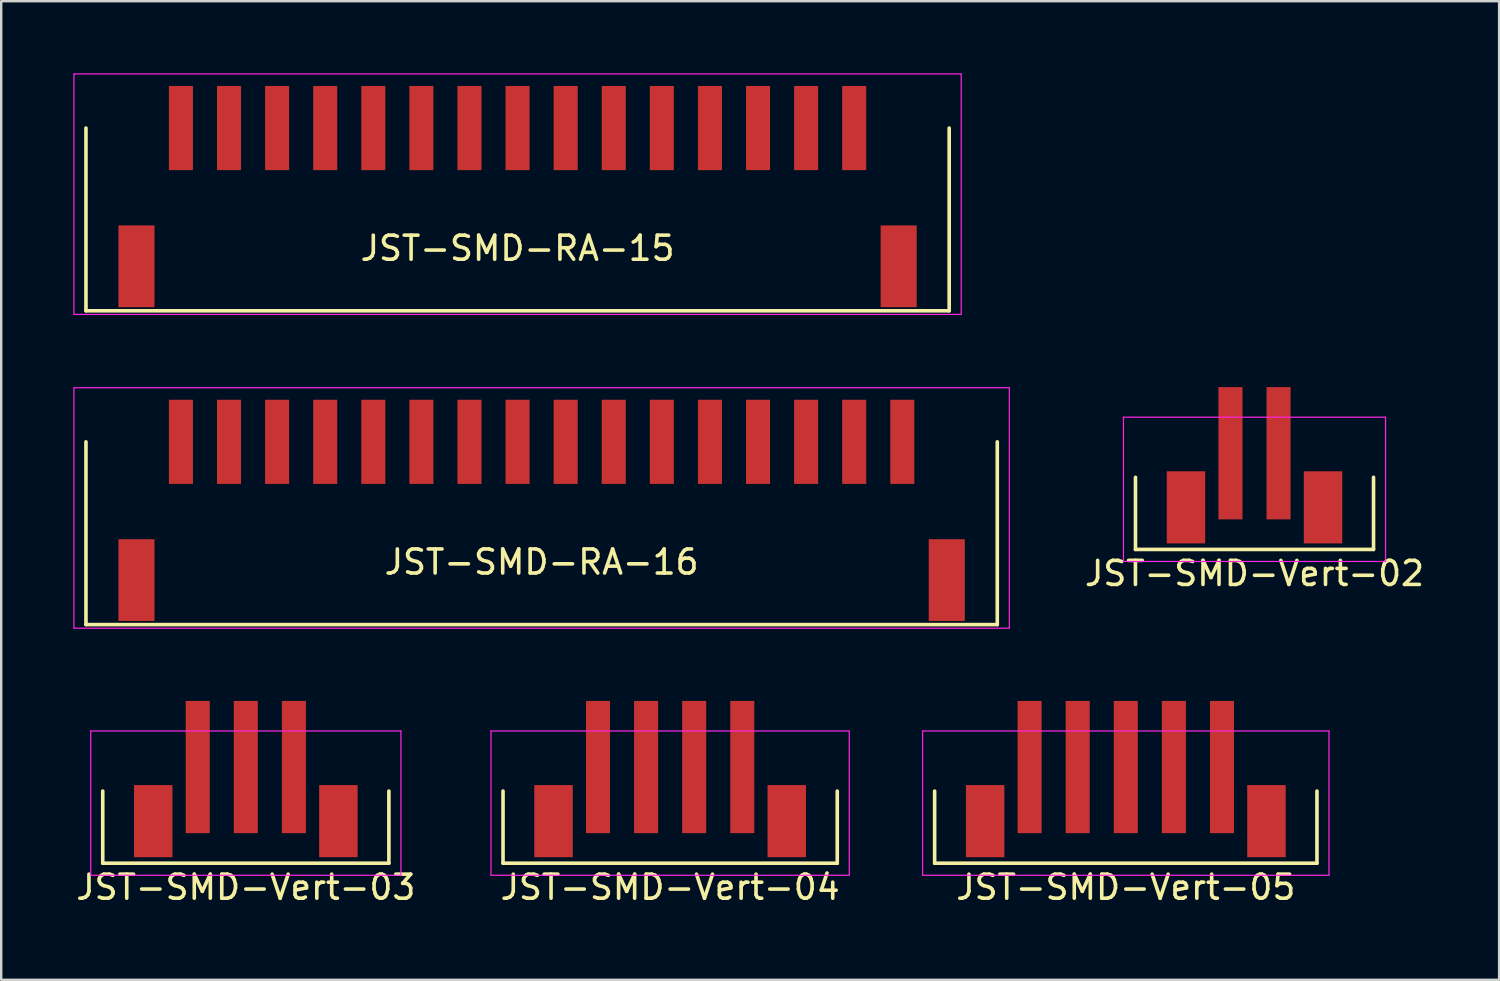
<source format=kicad_pcb>
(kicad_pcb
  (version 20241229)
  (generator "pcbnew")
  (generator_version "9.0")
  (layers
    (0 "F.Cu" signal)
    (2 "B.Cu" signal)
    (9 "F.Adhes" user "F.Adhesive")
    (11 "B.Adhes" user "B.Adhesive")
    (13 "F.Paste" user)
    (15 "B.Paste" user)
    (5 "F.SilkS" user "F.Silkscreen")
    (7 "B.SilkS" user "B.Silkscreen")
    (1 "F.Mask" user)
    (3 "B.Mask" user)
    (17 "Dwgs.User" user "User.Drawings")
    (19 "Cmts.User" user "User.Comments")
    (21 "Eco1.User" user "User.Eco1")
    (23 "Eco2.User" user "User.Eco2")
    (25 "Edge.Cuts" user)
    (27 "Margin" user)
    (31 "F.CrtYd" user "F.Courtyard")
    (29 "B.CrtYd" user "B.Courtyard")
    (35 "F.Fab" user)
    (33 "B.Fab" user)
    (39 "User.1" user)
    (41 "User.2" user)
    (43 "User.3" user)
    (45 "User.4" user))
  (footprint "JST-SMD-Vert-05"
    (layer "F.Cu")
    (at 43.77 28.85)
    (property "Reference" "JST-SMD-Vert-05" (at 0 5 0) (layer "F.SilkS") (effects (font (size 1 1) (thickness 0.15))))
    (attr through_hole)
    (fp_line (start -7.95 1) (end -7.95 4) (stroke (width 0.15) (type solid)) (layer "F.SilkS"))
    (fp_line (start -7.95 4) (end 7.95 4) (stroke (width 0.15) (type solid)) (layer "F.SilkS"))
    (fp_line (start 7.95 4) (end 7.95 1) (stroke (width 0.15) (type solid)) (layer "F.SilkS"))
    (fp_line (start -8.45 -1.5) (end -8.45 4.5) (stroke (width 0.05) (type solid)) (layer "F.CrtYd"))
    (fp_line (start -8.45 4.5) (end 8.45 4.5) (stroke (width 0.05) (type solid)) (layer "F.CrtYd"))
    (fp_line (start 8.45 -1.5) (end -8.45 -1.5) (stroke (width 0.05) (type solid)) (layer "F.CrtYd"))
    (fp_line (start 8.45 4.5) (end 8.45 -1.5) (stroke (width 0.05) (type solid)) (layer "F.CrtYd"))
    (pad "0" smd rect (at -5.85 2.25) (size 1.6 3) (layers "F.Cu" "F.Mask" "F.Paste"))
    (pad "0" smd rect (at 5.85 2.25) (size 1.6 3) (layers "F.Cu" "F.Mask" "F.Paste"))
    (pad "1" smd rect (at -4 0) (size 1 5.5) (layers "F.Cu" "F.Mask" "F.Paste"))
    (pad "2" smd rect (at -2 0) (size 1 5.5) (layers "F.Cu" "F.Mask" "F.Paste"))
    (pad "3" smd rect (at 0 0) (size 1 5.5) (layers "F.Cu" "F.Mask" "F.Paste"))
    (pad "4" smd rect (at 2 0) (size 1 5.5) (layers "F.Cu" "F.Mask" "F.Paste"))
    (pad "5" smd rect (at 4 0) (size 1 5.5) (layers "F.Cu" "F.Mask" "F.Paste")))
  (footprint "JST-SMD-Vert-03"
    (layer "F.Cu")
    (at 7.173 28.85)
    (property "Reference" "JST-SMD-Vert-03" (at 0 5 0) (layer "F.SilkS") (effects (font (size 1 1) (thickness 0.15))))
    (attr through_hole)
    (fp_line (start -5.95 1) (end -5.95 4) (stroke (width 0.15) (type solid)) (layer "F.SilkS"))
    (fp_line (start -5.95 4) (end 5.95 4) (stroke (width 0.15) (type solid)) (layer "F.SilkS"))
    (fp_line (start 5.95 4) (end 5.95 1) (stroke (width 0.15) (type solid)) (layer "F.SilkS"))
    (fp_line (start -6.45 -1.5) (end -6.45 4.5) (stroke (width 0.05) (type solid)) (layer "F.CrtYd"))
    (fp_line (start -6.45 4.5) (end 6.45 4.5) (stroke (width 0.05) (type solid)) (layer "F.CrtYd"))
    (fp_line (start 6.45 -1.5) (end -6.45 -1.5) (stroke (width 0.05) (type solid)) (layer "F.CrtYd"))
    (fp_line (start 6.45 4.5) (end 6.45 -1.5) (stroke (width 0.05) (type solid)) (layer "F.CrtYd"))
    (pad "0" smd rect (at -3.85 2.25) (size 1.6 3) (layers "F.Cu" "F.Mask" "F.Paste"))
    (pad "0" smd rect (at 3.85 2.25) (size 1.6 3) (layers "F.Cu" "F.Mask" "F.Paste"))
    (pad "1" smd rect (at -2 0) (size 1 5.5) (layers "F.Cu" "F.Mask" "F.Paste"))
    (pad "2" smd rect (at 0 0) (size 1 5.5) (layers "F.Cu" "F.Mask" "F.Paste"))
    (pad "3" smd rect (at 2 0) (size 1 5.5) (layers "F.Cu" "F.Mask" "F.Paste")))
  (footprint "JST-SMD-RA-16"
    (layer "F.Cu")
    (at 19.475 15.325)
    (property "Reference" "JST-SMD-RA-16" (at 0 5 0) (layer "F.SilkS") (effects (font (size 1 1) (thickness 0.15))))
    (attr through_hole)
    (fp_line (start -18.95 0) (end -18.95 7.6) (stroke (width 0.15) (type solid)) (layer "F.SilkS"))
    (fp_line (start -18.95 7.6) (end 18.95 7.6) (stroke (width 0.15) (type solid)) (layer "F.SilkS"))
    (fp_line (start 18.95 7.6) (end 18.95 0) (stroke (width 0.15) (type solid)) (layer "F.SilkS"))
    (fp_line (start -19.45 -2.25) (end 19.45 -2.25) (stroke (width 0.05) (type solid)) (layer "F.CrtYd"))
    (fp_line (start -19.45 7.75) (end -19.45 -2.25) (stroke (width 0.05) (type solid)) (layer "F.CrtYd"))
    (fp_line (start 19.45 -2.25) (end 19.45 7.75) (stroke (width 0.05) (type solid)) (layer "F.CrtYd"))
    (fp_line (start 19.45 7.75) (end -19.45 7.75) (stroke (width 0.05) (type solid)) (layer "F.CrtYd"))
    (pad "0" smd rect (at -16.85 5.75) (size 1.5 3.4) (layers "F.Cu" "F.Mask" "F.Paste"))
    (pad "0" smd rect (at 16.85 5.75) (size 1.5 3.4) (layers "F.Cu" "F.Mask" "F.Paste"))
    (pad "1" smd rect (at -15 0) (size 1 3.5) (layers "F.Cu" "F.Mask" "F.Paste"))
    (pad "2" smd rect (at -13 0) (size 1 3.5) (layers "F.Cu" "F.Mask" "F.Paste"))
    (pad "3" smd rect (at -11 0) (size 1 3.5) (layers "F.Cu" "F.Mask" "F.Paste"))
    (pad "4" smd rect (at -9 0) (size 1 3.5) (layers "F.Cu" "F.Mask" "F.Paste"))
    (pad "5" smd rect (at -7 0) (size 1 3.5) (layers "F.Cu" "F.Mask" "F.Paste"))
    (pad "6" smd rect (at -5 0) (size 1 3.5) (layers "F.Cu" "F.Mask" "F.Paste"))
    (pad "7" smd rect (at -3 0) (size 1 3.5) (layers "F.Cu" "F.Mask" "F.Paste"))
    (pad "8" smd rect (at -1 0) (size 1 3.5) (layers "F.Cu" "F.Mask" "F.Paste"))
    (pad "9" smd rect (at 1 0) (size 1 3.5) (layers "F.Cu" "F.Mask" "F.Paste"))
    (pad "10" smd rect (at 3 0) (size 1 3.5) (layers "F.Cu" "F.Mask" "F.Paste"))
    (pad "11" smd rect (at 5 0) (size 1 3.5) (layers "F.Cu" "F.Mask" "F.Paste"))
    (pad "12" smd rect (at 7 0) (size 1 3.5) (layers "F.Cu" "F.Mask" "F.Paste"))
    (pad "13" smd rect (at 9 0) (size 1 3.5) (layers "F.Cu" "F.Mask" "F.Paste"))
    (pad "14" smd rect (at 11 0) (size 1 3.5) (layers "F.Cu" "F.Mask" "F.Paste"))
    (pad "15" smd rect (at 13 0) (size 1 3.5) (layers "F.Cu" "F.Mask" "F.Paste"))
    (pad "16" smd rect (at 15 0) (size 1 3.5) (layers "F.Cu" "F.Mask" "F.Paste")))
  (footprint "JST-SMD-Vert-04"
    (layer "F.Cu")
    (at 24.82 28.85)
    (property "Reference" "JST-SMD-Vert-04" (at 0 5 0) (layer "F.SilkS") (effects (font (size 1 1) (thickness 0.15))))
    (attr through_hole)
    (fp_line (start -6.95 1) (end -6.95 4) (stroke (width 0.15) (type solid)) (layer "F.SilkS"))
    (fp_line (start -6.95 4) (end 6.95 4) (stroke (width 0.15) (type solid)) (layer "F.SilkS"))
    (fp_line (start 6.95 4) (end 6.95 1) (stroke (width 0.15) (type solid)) (layer "F.SilkS"))
    (fp_line (start -7.45 -1.5) (end -7.45 4.5) (stroke (width 0.05) (type solid)) (layer "F.CrtYd"))
    (fp_line (start -7.45 4.5) (end 7.45 4.5) (stroke (width 0.05) (type solid)) (layer "F.CrtYd"))
    (fp_line (start 7.45 -1.5) (end -7.45 -1.5) (stroke (width 0.05) (type solid)) (layer "F.CrtYd"))
    (fp_line (start 7.45 4.5) (end 7.45 -1.5) (stroke (width 0.05) (type solid)) (layer "F.CrtYd"))
    (pad "0" smd rect (at -4.85 2.25) (size 1.6 3) (layers "F.Cu" "F.Mask" "F.Paste"))
    (pad "0" smd rect (at 4.85 2.25) (size 1.6 3) (layers "F.Cu" "F.Mask" "F.Paste"))
    (pad "1" smd rect (at -3 0) (size 1 5.5) (layers "F.Cu" "F.Mask" "F.Paste"))
    (pad "2" smd rect (at -1 0) (size 1 5.5) (layers "F.Cu" "F.Mask" "F.Paste"))
    (pad "3" smd rect (at 1 0) (size 1 5.5) (layers "F.Cu" "F.Mask" "F.Paste"))
    (pad "4" smd rect (at 3 0) (size 1 5.5) (layers "F.Cu" "F.Mask" "F.Paste")))
  (footprint "JST-SMD-RA-15"
    (layer "F.Cu")
    (at 18.475 2.275)
    (property "Reference" "JST-SMD-RA-15" (at 0 5 0) (layer "F.SilkS") (effects (font (size 1 1) (thickness 0.15))))
    (attr through_hole)
    (fp_line (start -17.95 0) (end -17.95 7.6) (stroke (width 0.15) (type solid)) (layer "F.SilkS"))
    (fp_line (start -17.95 7.6) (end 17.95 7.6) (stroke (width 0.15) (type solid)) (layer "F.SilkS"))
    (fp_line (start 17.95 7.6) (end 17.95 0) (stroke (width 0.15) (type solid)) (layer "F.SilkS"))
    (fp_line (start -18.45 -2.25) (end 18.45 -2.25) (stroke (width 0.05) (type solid)) (layer "F.CrtYd"))
    (fp_line (start -18.45 7.75) (end -18.45 -2.25) (stroke (width 0.05) (type solid)) (layer "F.CrtYd"))
    (fp_line (start 18.45 -2.25) (end 18.45 7.75) (stroke (width 0.05) (type solid)) (layer "F.CrtYd"))
    (fp_line (start 18.45 7.75) (end -18.45 7.75) (stroke (width 0.05) (type solid)) (layer "F.CrtYd"))
    (pad "0" smd rect (at -15.85 5.75) (size 1.5 3.4) (layers "F.Cu" "F.Mask" "F.Paste"))
    (pad "0" smd rect (at 15.85 5.75) (size 1.5 3.4) (layers "F.Cu" "F.Mask" "F.Paste"))
    (pad "1" smd rect (at -14 0) (size 1 3.5) (layers "F.Cu" "F.Mask" "F.Paste"))
    (pad "2" smd rect (at -12 0) (size 1 3.5) (layers "F.Cu" "F.Mask" "F.Paste"))
    (pad "3" smd rect (at -10 0) (size 1 3.5) (layers "F.Cu" "F.Mask" "F.Paste"))
    (pad "4" smd rect (at -8 0) (size 1 3.5) (layers "F.Cu" "F.Mask" "F.Paste"))
    (pad "5" smd rect (at -6 0) (size 1 3.5) (layers "F.Cu" "F.Mask" "F.Paste"))
    (pad "6" smd rect (at -4 0) (size 1 3.5) (layers "F.Cu" "F.Mask" "F.Paste"))
    (pad "7" smd rect (at -2 0) (size 1 3.5) (layers "F.Cu" "F.Mask" "F.Paste"))
    (pad "8" smd rect (at 0 0) (size 1 3.5) (layers "F.Cu" "F.Mask" "F.Paste"))
    (pad "9" smd rect (at 2 0) (size 1 3.5) (layers "F.Cu" "F.Mask" "F.Paste"))
    (pad "10" smd rect (at 4 0) (size 1 3.5) (layers "F.Cu" "F.Mask" "F.Paste"))
    (pad "11" smd rect (at 6 0) (size 1 3.5) (layers "F.Cu" "F.Mask" "F.Paste"))
    (pad "12" smd rect (at 8 0) (size 1 3.5) (layers "F.Cu" "F.Mask" "F.Paste"))
    (pad "13" smd rect (at 10 0) (size 1 3.5) (layers "F.Cu" "F.Mask" "F.Paste"))
    (pad "14" smd rect (at 12 0) (size 1 3.5) (layers "F.Cu" "F.Mask" "F.Paste"))
    (pad "15" smd rect (at 14 0) (size 1 3.5) (layers "F.Cu" "F.Mask" "F.Paste")))
  (footprint "JST-SMD-Vert-02"
    (layer "F.Cu")
    (at 49.123 15.8)
    (property "Reference" "JST-SMD-Vert-02" (at 0 5 0) (layer "F.SilkS") (effects (font (size 1 1) (thickness 0.15))))
    (attr through_hole)
    (fp_line (start -4.95 1) (end -4.95 4) (stroke (width 0.15) (type solid)) (layer "F.SilkS"))
    (fp_line (start -4.95 4) (end 4.95 4) (stroke (width 0.15) (type solid)) (layer "F.SilkS"))
    (fp_line (start 4.95 4) (end 4.95 1) (stroke (width 0.15) (type solid)) (layer "F.SilkS"))
    (fp_line (start -5.45 -1.5) (end -5.45 4.5) (stroke (width 0.05) (type solid)) (layer "F.CrtYd"))
    (fp_line (start -5.45 4.5) (end 5.45 4.5) (stroke (width 0.05) (type solid)) (layer "F.CrtYd"))
    (fp_line (start 5.45 -1.5) (end -5.45 -1.5) (stroke (width 0.05) (type solid)) (layer "F.CrtYd"))
    (fp_line (start 5.45 4.5) (end 5.45 -1.5) (stroke (width 0.05) (type solid)) (layer "F.CrtYd"))
    (pad "0" smd rect (at -2.85 2.25) (size 1.6 3) (layers "F.Cu" "F.Mask" "F.Paste"))
    (pad "0" smd rect (at 2.85 2.25) (size 1.6 3) (layers "F.Cu" "F.Mask" "F.Paste"))
    (pad "1" smd rect (at -1 0) (size 1 5.5) (layers "F.Cu" "F.Mask" "F.Paste"))
    (pad "2" smd rect (at 1 0) (size 1 5.5) (layers "F.Cu" "F.Mask" "F.Paste")))
  (gr_rect
    (start -3 -3)
    (end 59.295 37.698)
    (stroke (width 0.1) (type default))
    (fill no)
    (layer "Edge.Cuts")))
</source>
